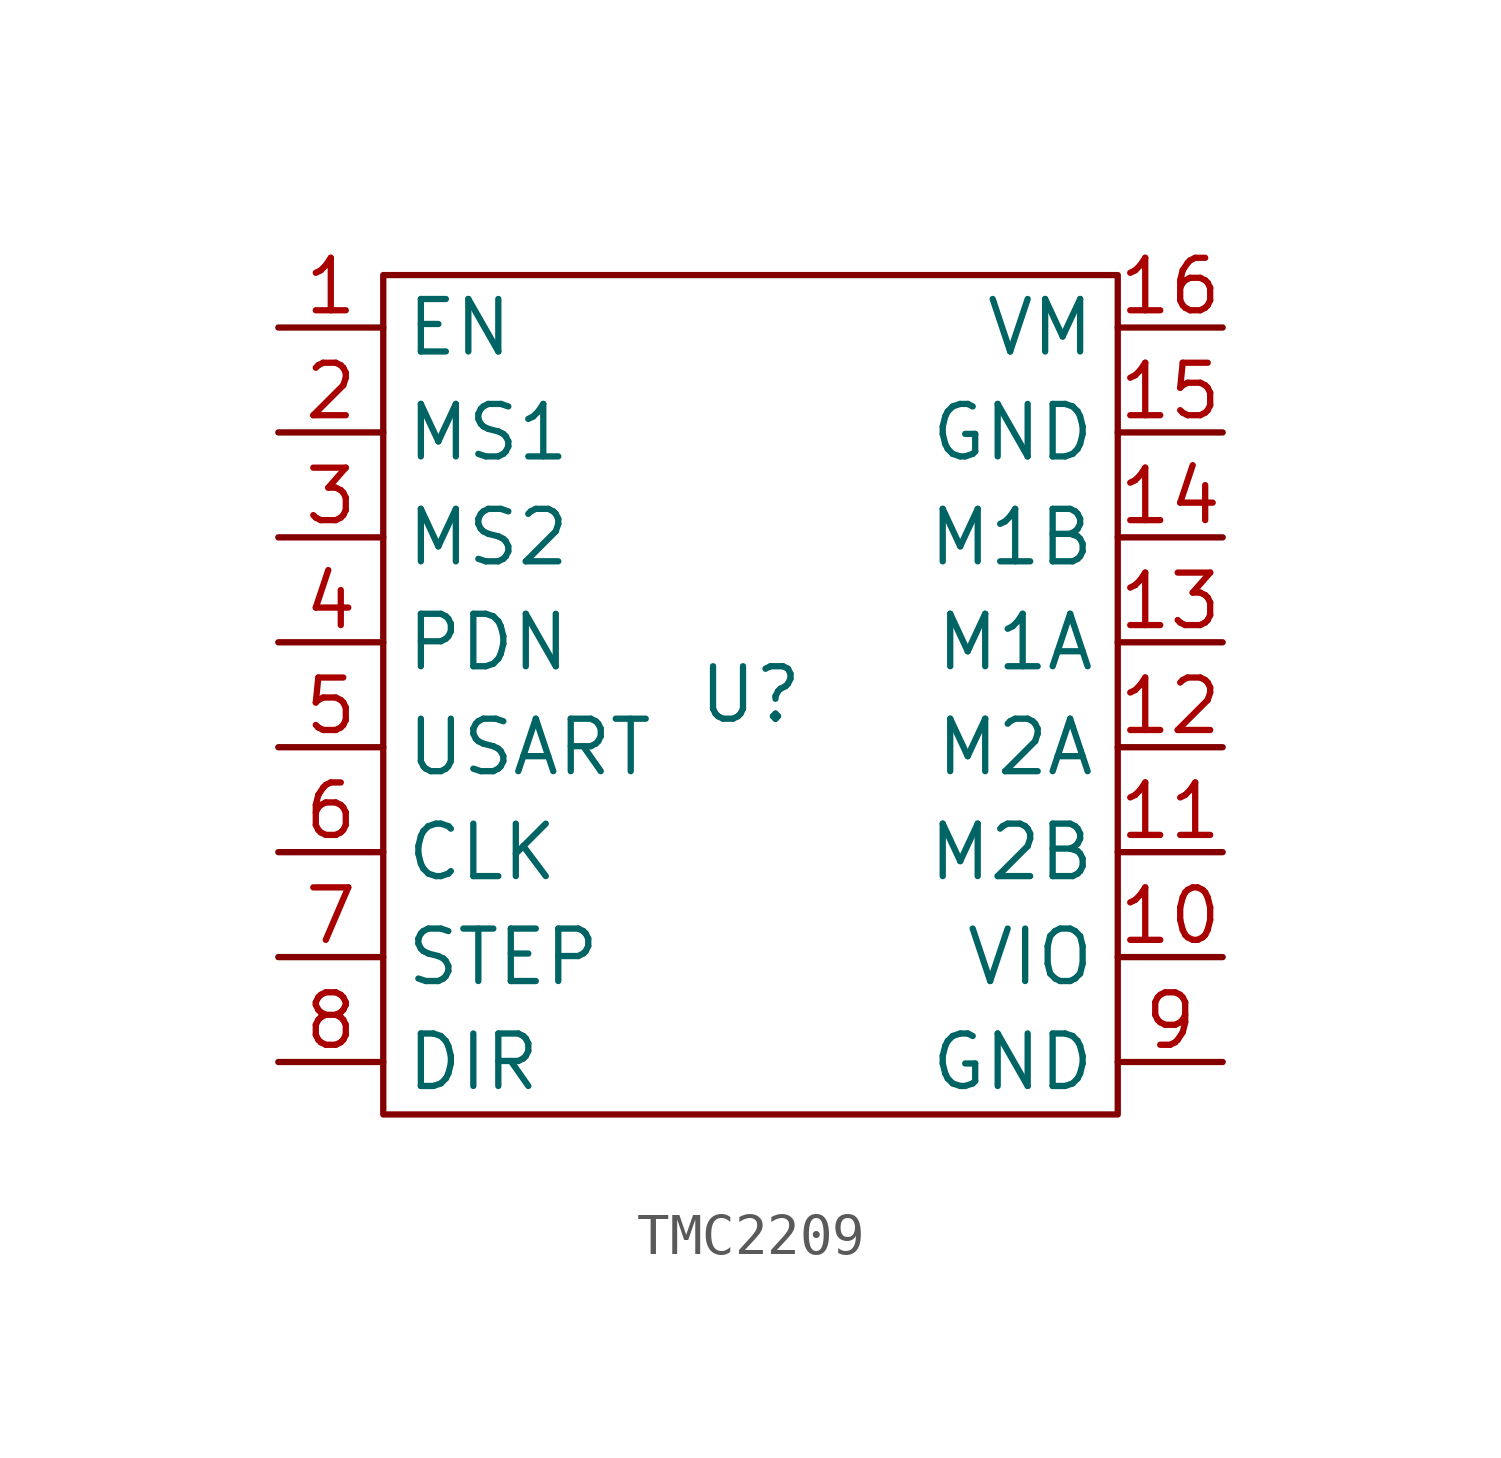
<source format=kicad_sym>
(kicad_symbol_lib
  (version 20241209)
  (generator "kicad_symbol_editor")
  (generator_version "9.0")
  (symbol "TMC2209"
    (property "Reference" "U"
      (at 0 0 0)
      (effects (font (size 1.27 1.27))))
    (property "Value" ""
      (at 0 0 0)
      (effects (font (size 1.27 1.27))))
    (symbol "TMC2209_0_1"
      (rectangle (start -8.89 10.16) (end 8.89 -10.16) (stroke (width 0) (type default)) (fill (type none))))
    (symbol "TMC2209_1_1"
      (pin passive line (at -11.43 8.89 0) (length 2.54) (name "EN" (effects (font (size 1.27 1.27)))) (number "1" (effects (font (size 1.27 1.27)))))
      (pin passive line (at -11.43 6.35 0) (length 2.54) (name "MS1" (effects (font (size 1.27 1.27)))) (number "2" (effects (font (size 1.27 1.27)))))
      (pin passive line (at -11.43 3.81 0) (length 2.54) (name "MS2" (effects (font (size 1.27 1.27)))) (number "3" (effects (font (size 1.27 1.27)))))
      (pin passive line (at -11.43 1.27 0) (length 2.54) (name "PDN" (effects (font (size 1.27 1.27)))) (number "4" (effects (font (size 1.27 1.27)))))
      (pin passive line (at -11.43 -1.27 0) (length 2.54) (name "USART" (effects (font (size 1.27 1.27)))) (number "5" (effects (font (size 1.27 1.27)))))
      (pin passive line (at -11.43 -3.81 0) (length 2.54) (name "CLK" (effects (font (size 1.27 1.27)))) (number "6" (effects (font (size 1.27 1.27)))))
      (pin passive line (at -11.43 -6.35 0) (length 2.54) (name "STEP" (effects (font (size 1.27 1.27)))) (number "7" (effects (font (size 1.27 1.27)))))
      (pin passive line (at -11.43 -8.89 0) (length 2.54) (name "DIR" (effects (font (size 1.27 1.27)))) (number "8" (effects (font (size 1.27 1.27)))))
      (pin passive line (at 11.43 8.89 180) (length 2.54) (name "VM" (effects (font (size 1.27 1.27)))) (number "16" (effects (font (size 1.27 1.27)))))
      (pin passive line (at 11.43 6.35 180) (length 2.54) (name "GND" (effects (font (size 1.27 1.27)))) (number "15" (effects (font (size 1.27 1.27)))))
      (pin passive line (at 11.43 3.81 180) (length 2.54) (name "M1B" (effects (font (size 1.27 1.27)))) (number "14" (effects (font (size 1.27 1.27)))))
      (pin passive line (at 11.43 1.27 180) (length 2.54) (name "M1A" (effects (font (size 1.27 1.27)))) (number "13" (effects (font (size 1.27 1.27)))))
      (pin passive line (at 11.43 -1.27 180) (length 2.54) (name "M2A" (effects (font (size 1.27 1.27)))) (number "12" (effects (font (size 1.27 1.27)))))
      (pin passive line (at 11.43 -3.81 180) (length 2.54) (name "M2B" (effects (font (size 1.27 1.27)))) (number "11" (effects (font (size 1.27 1.27)))))
      (pin passive line (at 11.43 -6.35 180) (length 2.54) (name "VIO" (effects (font (size 1.27 1.27)))) (number "10" (effects (font (size 1.27 1.27)))))
      (pin passive line (at 11.43 -8.89 180) (length 2.54) (name "GND" (effects (font (size 1.27 1.27)))) (number "9" (effects (font (size 1.27 1.27))))))))
</source>
